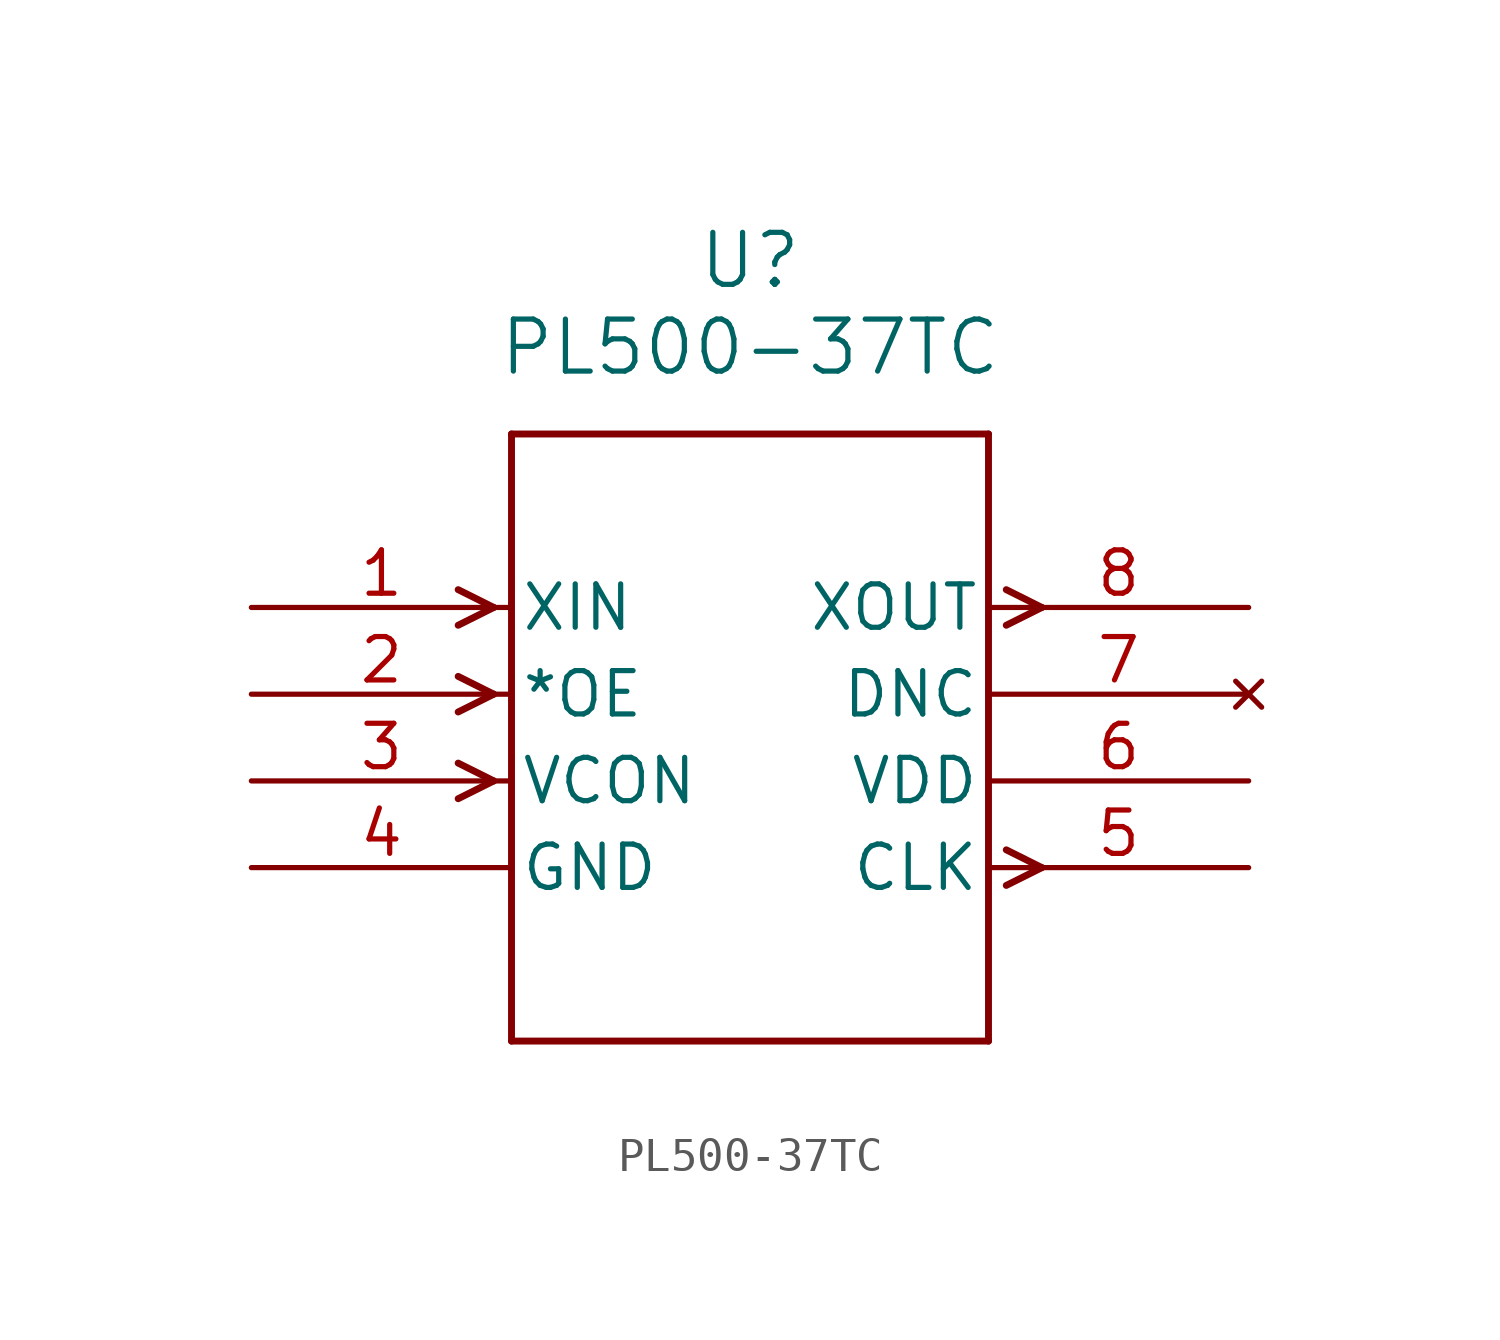
<source format=kicad_sym>
(kicad_symbol_lib
  (version 20231120)
  (generator "kicad_symbol_editor")
  (generator_version "8.0")
  (symbol "PL500-37TC"
    (pin_names
      (offset 0.254))
    (property "Reference" "U"
      (at 14.605 10.16 0)
      (effects (font (size 1.524 1.524))))
    (property "Value" "PL500-37TC"
      (at 14.605 7.62 0)
      (effects (font (size 1.524 1.524))))
    (property "ki_locked" ""
      (at 0 0 0)
      (effects (font (size 1.27 1.27))))
    (symbol "PL500-37TC_0_1"
      (polyline (pts (xy 7.099 -5.08) (xy 6.058 -5.601)) (stroke (width 0.203) (type default)) (fill (type none)))
      (polyline (pts (xy 7.099 -5.08) (xy 6.058 -4.559)) (stroke (width 0.203) (type default)) (fill (type none)))
      (polyline (pts (xy 7.099 -2.54) (xy 6.058 -3.061)) (stroke (width 0.203) (type default)) (fill (type none)))
      (polyline (pts (xy 7.099 -2.54) (xy 6.058 -2.019)) (stroke (width 0.203) (type default)) (fill (type none)))
      (polyline (pts (xy 7.099 0) (xy 6.058 -0.521)) (stroke (width 0.203) (type default)) (fill (type none)))
      (polyline (pts (xy 7.099 0) (xy 6.058 0.521)) (stroke (width 0.203) (type default)) (fill (type none)))
      (polyline (pts (xy 7.62 -12.7) (xy 21.59 -12.7)) (stroke (width 0.203) (type default)) (fill (type none)))
      (polyline (pts (xy 7.62 5.08) (xy 7.62 -12.7)) (stroke (width 0.203) (type default)) (fill (type none)))
      (polyline (pts (xy 21.59 -12.7) (xy 21.59 5.08)) (stroke (width 0.203) (type default)) (fill (type none)))
      (polyline (pts (xy 21.59 5.08) (xy 7.62 5.08)) (stroke (width 0.203) (type default)) (fill (type none)))
      (polyline (pts (xy 22.111 -8.141) (xy 23.152 -7.62)) (stroke (width 0.203) (type default)) (fill (type none)))
      (polyline (pts (xy 22.111 -7.099) (xy 23.152 -7.62)) (stroke (width 0.203) (type default)) (fill (type none)))
      (polyline (pts (xy 22.111 -0.521) (xy 23.152 0)) (stroke (width 0.203) (type default)) (fill (type none)))
      (polyline (pts (xy 22.111 0.521) (xy 23.152 0)) (stroke (width 0.203) (type default)) (fill (type none)))
      (pin input line (at 0 0 0) (length 7.62) (name "XIN" (effects (font (size 1.27 1.27)))) (number "1" (effects (font (size 1.27 1.27)))))
      (pin input line (at 0 -2.54 0) (length 7.62) (name "*OE" (effects (font (size 1.27 1.27)))) (number "2" (effects (font (size 1.27 1.27)))))
      (pin input line (at 0 -5.08 0) (length 7.62) (name "VCON" (effects (font (size 1.27 1.27)))) (number "3" (effects (font (size 1.27 1.27)))))
      (pin power_in line (at 0 -7.62 0) (length 7.62) (name "GND" (effects (font (size 1.27 1.27)))) (number "4" (effects (font (size 1.27 1.27)))))
      (pin output line (at 29.21 -7.62 180) (length 7.62) (name "CLK" (effects (font (size 1.27 1.27)))) (number "5" (effects (font (size 1.27 1.27)))))
      (pin power_in line (at 29.21 -5.08 180) (length 7.62) (name "VDD" (effects (font (size 1.27 1.27)))) (number "6" (effects (font (size 1.27 1.27)))))
      (pin no_connect line (at 29.21 -2.54 180) (length 7.62) (name "DNC" (effects (font (size 1.27 1.27)))) (number "7" (effects (font (size 1.27 1.27)))))
      (pin output line (at 29.21 0 180) (length 7.62) (name "XOUT" (effects (font (size 1.27 1.27)))) (number "8" (effects (font (size 1.27 1.27))))))))
</source>
